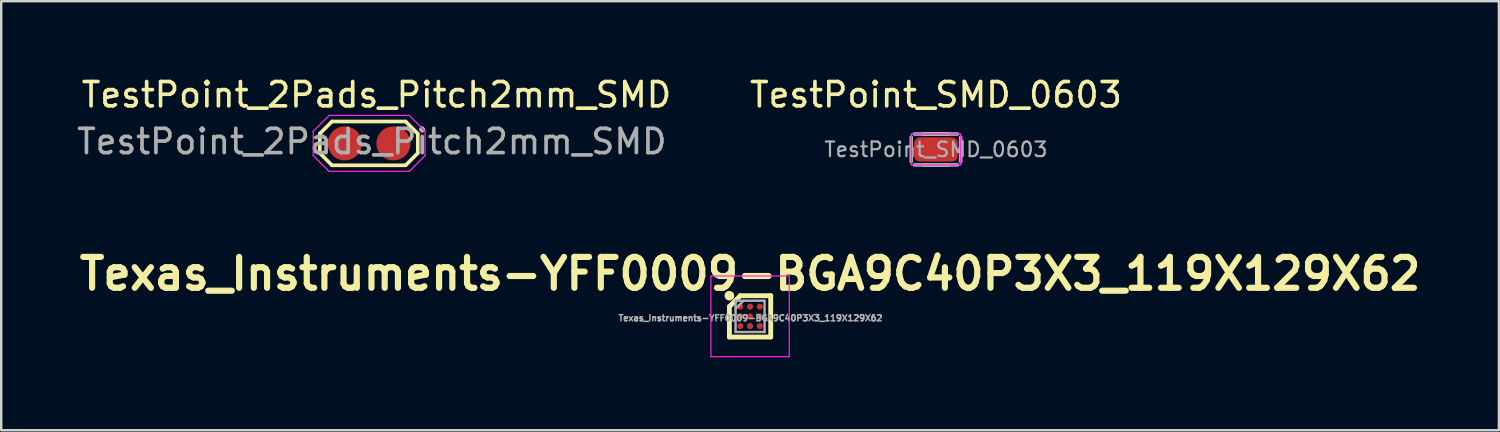
<source format=kicad_pcb>
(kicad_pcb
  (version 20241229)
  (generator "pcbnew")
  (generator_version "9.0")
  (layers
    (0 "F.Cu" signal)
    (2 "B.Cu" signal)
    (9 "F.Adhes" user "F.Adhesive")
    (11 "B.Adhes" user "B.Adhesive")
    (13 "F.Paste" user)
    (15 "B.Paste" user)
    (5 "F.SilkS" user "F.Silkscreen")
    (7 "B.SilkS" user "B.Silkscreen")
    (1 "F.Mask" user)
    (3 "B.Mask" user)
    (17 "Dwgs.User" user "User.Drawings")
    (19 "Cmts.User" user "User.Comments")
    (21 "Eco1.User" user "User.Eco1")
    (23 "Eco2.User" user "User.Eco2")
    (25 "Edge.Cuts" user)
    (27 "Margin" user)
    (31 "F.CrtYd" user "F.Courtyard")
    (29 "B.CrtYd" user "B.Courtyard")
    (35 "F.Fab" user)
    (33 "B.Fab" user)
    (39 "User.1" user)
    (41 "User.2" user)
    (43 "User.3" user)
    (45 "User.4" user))
  (footprint "Texas_Instruments-YFF0009-BGA9C40P3X3_119X129X62"
    (layer "F.Cu")
    (at 27.801 9.962)
    (property "Reference" "Texas_Instruments-YFF0009-BGA9C40P3X3_119X129X62" (at 0 -1.75 0) (layer "F.SilkS") (effects (font (size 1.27 1.27) (thickness 0.254))))
    (attr smd)
    (fp_line (start -0.85 -0.4) (end -0.4 -0.85) (stroke (width 0.2) (type solid)) (layer "F.SilkS"))
    (fp_line (start -0.85 0.85) (end -0.85 -0.4) (stroke (width 0.2) (type solid)) (layer "F.SilkS"))
    (fp_line (start -0.4 -0.85) (end 0.85 -0.85) (stroke (width 0.2) (type solid)) (layer "F.SilkS"))
    (fp_line (start 0.85 -0.85) (end 0.85 0.85) (stroke (width 0.2) (type solid)) (layer "F.SilkS"))
    (fp_line (start 0.85 0.85) (end -0.85 0.85) (stroke (width 0.2) (type solid)) (layer "F.SilkS"))
    (fp_circle (center -0.85 -0.85) (end -0.85 -0.75) (stroke (width 0.2) (type solid)) (fill no) (layer "F.SilkS"))
    (fp_line (start -1.611 -1.659) (end 1.611 -1.659) (stroke (width 0.05) (type solid)) (layer "F.CrtYd"))
    (fp_line (start -1.611 1.659) (end -1.611 -1.659) (stroke (width 0.05) (type solid)) (layer "F.CrtYd"))
    (fp_line (start 1.611 -1.659) (end 1.611 1.659) (stroke (width 0.05) (type solid)) (layer "F.CrtYd"))
    (fp_line (start 1.611 1.659) (end -1.611 1.659) (stroke (width 0.05) (type solid)) (layer "F.CrtYd"))
    (fp_line (start -0.596 -0.644) (end 0.596 -0.644) (stroke (width 0.1) (type solid)) (layer "F.Fab"))
    (fp_line (start -0.596 -0.314) (end -0.266 -0.644) (stroke (width 0.1) (type solid)) (layer "F.Fab"))
    (fp_line (start -0.596 0.644) (end -0.596 -0.644) (stroke (width 0.1) (type solid)) (layer "F.Fab"))
    (fp_line (start 0.596 -0.644) (end 0.596 0.644) (stroke (width 0.1) (type solid)) (layer "F.Fab"))
    (fp_line (start 0.596 0.644) (end -0.596 0.644) (stroke (width 0.1) (type solid)) (layer "F.Fab"))
    (fp_text user "${REFERENCE}" (at 0.017 0.07 0) (layer "F.Fab") (effects (font (size 0.25 0.25) (thickness 0.062))))
    (pad "" smd roundrect (at -0.4 -0.4) (size 0.255 0.255) (layers "F.Paste") (roundrect_rratio 0.4))
    (pad "" smd roundrect (at -0.4 0) (size 0.255 0.255) (layers "F.Paste") (roundrect_rratio 0.4))
    (pad "" smd roundrect (at -0.4 0.4) (size 0.255 0.255) (layers "F.Paste") (roundrect_rratio 0.4))
    (pad "" smd roundrect (at 0 -0.4) (size 0.255 0.255) (layers "F.Paste") (roundrect_rratio 0.4))
    (pad "" smd roundrect (at 0 0) (size 0.255 0.255) (layers "F.Paste") (roundrect_rratio 0.4))
    (pad "" smd roundrect (at 0 0.4) (size 0.255 0.255) (layers "F.Paste") (roundrect_rratio 0.4))
    (pad "" smd roundrect (at 0.4 -0.4) (size 0.255 0.255) (layers "F.Paste") (roundrect_rratio 0.4))
    (pad "" smd roundrect (at 0.4 0) (size 0.255 0.255) (layers "F.Paste") (roundrect_rratio 0.4))
    (pad "" smd roundrect (at 0.4 0.4) (size 0.255 0.255) (layers "F.Paste") (roundrect_rratio 0.4))
    (pad "A1" smd circle (at -0.4 -0.4) (size 0.25 0.25) (layers "F.Cu" "F.Mask"))
    (pad "A2" smd circle (at 0 -0.4) (size 0.25 0.25) (layers "F.Cu" "F.Mask"))
    (pad "A3" smd circle (at 0.4 -0.4) (size 0.25 0.25) (layers "F.Cu" "F.Mask"))
    (pad "B1" smd circle (at -0.4 0) (size 0.25 0.25) (layers "F.Cu" "F.Mask"))
    (pad "B2" smd circle (at 0 0) (size 0.25 0.25) (layers "F.Cu" "F.Mask"))
    (pad "B3" smd circle (at 0.4 0) (size 0.25 0.25) (layers "F.Cu" "F.Mask"))
    (pad "C1" smd circle (at -0.4 0.4) (size 0.25 0.25) (layers "F.Cu" "F.Mask"))
    (pad "C2" smd circle (at 0 0.4) (size 0.25 0.25) (layers "F.Cu" "F.Mask"))
    (pad "C3" smd circle (at 0.4 0.4) (size 0.25 0.25) (layers "F.Cu" "F.Mask")))
  (footprint "TestPoint_SMD_0603"
    (layer "F.Cu")
    (at 35.446 3.098)
    (property "Reference" "TestPoint_SMD_0603" (at 0 -2.25 0) (layer "F.SilkS") (effects (font (size 1 1) (thickness 0.15))))
    (attr smd)
    (fp_line (start -0.508 -0.635) (end 0.508 -0.635) (stroke (width 0.15) (type solid)) (layer "F.SilkS"))
    (fp_line (start 0.508 0.635) (end -0.508 0.635) (stroke (width 0.15) (type solid)) (layer "F.SilkS"))
    (fp_line (start -1.016 -0.635) (end 1.016 -0.635) (stroke (width 0.05) (type solid)) (layer "F.CrtYd"))
    (fp_line (start -1.016 0.635) (end -1.016 -0.635) (stroke (width 0.05) (type solid)) (layer "F.CrtYd"))
    (fp_line (start 1.016 -0.635) (end 1.016 0.635) (stroke (width 0.05) (type solid)) (layer "F.CrtYd"))
    (fp_line (start 1.016 0.635) (end -1.016 0.635) (stroke (width 0.05) (type solid)) (layer "F.CrtYd"))
    (fp_line (start -1.016 0.5) (end -1.016 -0.5) (stroke (width 0.15) (type solid)) (layer "F.Fab"))
    (fp_line (start -0.889 0.635) (end 0.889 0.635) (stroke (width 0.15) (type solid)) (layer "F.Fab"))
    (fp_line (start 0.889 -0.635) (end -0.889 -0.635) (stroke (width 0.15) (type solid)) (layer "F.Fab"))
    (fp_line (start 1.016 -0.5) (end 1.016 0.5) (stroke (width 0.15) (type solid)) (layer "F.Fab"))
    (fp_text user "${REFERENCE}" (at 0 0 0) (layer "F.Fab") (effects (font (size 0.6 0.6) (thickness 0.09))))
    (pad "1" smd roundrect (at 0 0) (size 1.8 1) (layers "F.Cu" "F.Mask" "F.Paste") (roundrect_rratio 0.25)))
  (footprint "TestPoint_2Pads_Pitch2mm_SMD"
    (layer "F.Cu")
    (at 11.134 2.848)
    (property "Reference" "TestPoint_2Pads_Pitch2mm_SMD" (at 1.3 -2 180) (layer "F.SilkS") (effects (font (size 1 1) (thickness 0.15))))
    (attr exclude_from_pos_files exclude_from_bom)
    (fp_line (start -1.03 -0.4) (end -0.53 -0.9) (stroke (width 0.15) (type solid)) (layer "F.SilkS"))
    (fp_line (start -1.03 0.4) (end -1.03 -0.4) (stroke (width 0.15) (type solid)) (layer "F.SilkS"))
    (fp_line (start -0.53 -0.9) (end 2.5 -0.9) (stroke (width 0.15) (type solid)) (layer "F.SilkS"))
    (fp_line (start -0.53 0.9) (end -1.03 0.4) (stroke (width 0.15) (type solid)) (layer "F.SilkS"))
    (fp_line (start 2.5 -0.9) (end 3 -0.4) (stroke (width 0.15) (type solid)) (layer "F.SilkS"))
    (fp_line (start 2.5 0.9) (end -0.53 0.9) (stroke (width 0.15) (type solid)) (layer "F.SilkS"))
    (fp_line (start 3 -0.4) (end 3 0.4) (stroke (width 0.15) (type solid)) (layer "F.SilkS"))
    (fp_line (start 3 0.4) (end 2.5 0.9) (stroke (width 0.15) (type solid)) (layer "F.SilkS"))
    (fp_line (start -1.3 -0.5) (end -1.3 0.5) (stroke (width 0.05) (type solid)) (layer "F.CrtYd"))
    (fp_line (start -1.3 0.5) (end -0.65 1.15) (stroke (width 0.05) (type solid)) (layer "F.CrtYd"))
    (fp_line (start -0.65 -1.15) (end -1.3 -0.5) (stroke (width 0.05) (type solid)) (layer "F.CrtYd"))
    (fp_line (start -0.65 1.15) (end 2.65 1.15) (stroke (width 0.05) (type solid)) (layer "F.CrtYd"))
    (fp_line (start 2.65 -1.15) (end -0.65 -1.15) (stroke (width 0.05) (type solid)) (layer "F.CrtYd"))
    (fp_line (start 2.65 1.15) (end 3.3 0.5) (stroke (width 0.05) (type solid)) (layer "F.CrtYd"))
    (fp_line (start 3.3 -0.5) (end 2.65 -1.15) (stroke (width 0.05) (type solid)) (layer "F.CrtYd"))
    (fp_line (start 3.3 0.5) (end 3.3 -0.5) (stroke (width 0.05) (type solid)) (layer "F.CrtYd"))
    (fp_text user "${REFERENCE}" (at 1.11 -0.076 180) (layer "F.Fab") (effects (font (size 1 1) (thickness 0.15))))
    (pad "1" smd circle (at 0 0) (size 1.4 1.4) (layers "F.Cu" "F.Mask" "F.Paste"))
    (pad "2" smd circle (at 2 0) (size 1.4 1.4) (layers "F.Cu" "F.Mask" "F.Paste")))
  (gr_rect
    (start -3 -3)
    (end 58.602 14.646)
    (stroke (width 0.1) (type default))
    (fill no)
    (layer "Edge.Cuts")))
</source>
